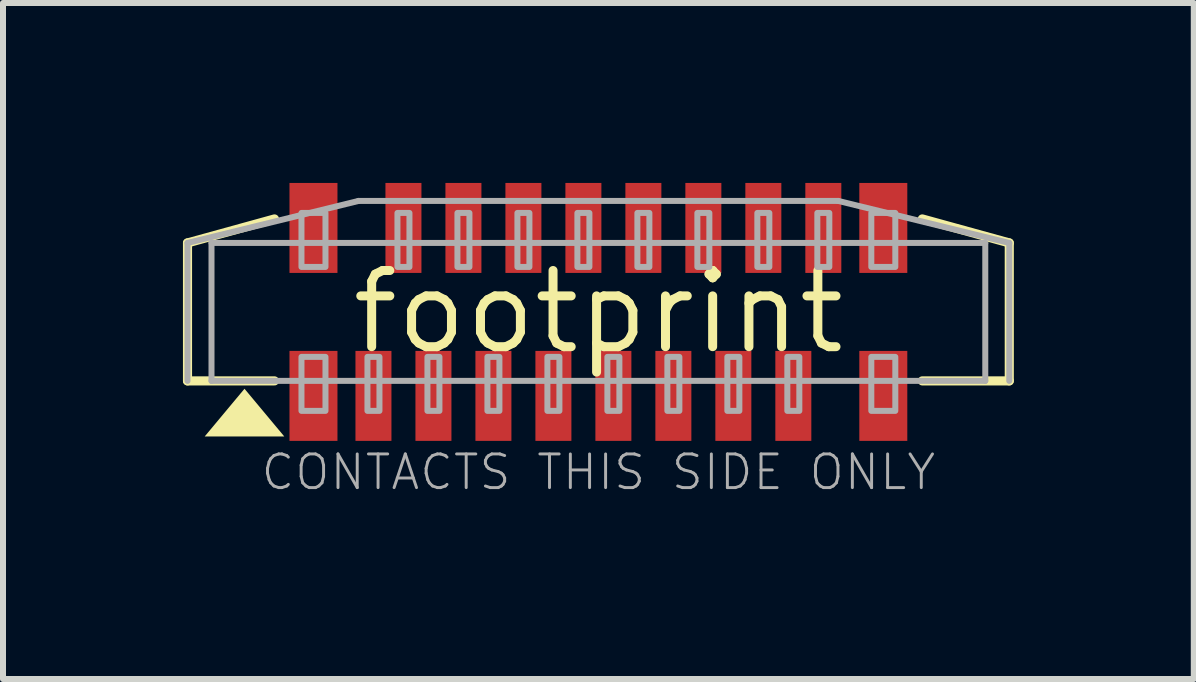
<source format=kicad_pcb>
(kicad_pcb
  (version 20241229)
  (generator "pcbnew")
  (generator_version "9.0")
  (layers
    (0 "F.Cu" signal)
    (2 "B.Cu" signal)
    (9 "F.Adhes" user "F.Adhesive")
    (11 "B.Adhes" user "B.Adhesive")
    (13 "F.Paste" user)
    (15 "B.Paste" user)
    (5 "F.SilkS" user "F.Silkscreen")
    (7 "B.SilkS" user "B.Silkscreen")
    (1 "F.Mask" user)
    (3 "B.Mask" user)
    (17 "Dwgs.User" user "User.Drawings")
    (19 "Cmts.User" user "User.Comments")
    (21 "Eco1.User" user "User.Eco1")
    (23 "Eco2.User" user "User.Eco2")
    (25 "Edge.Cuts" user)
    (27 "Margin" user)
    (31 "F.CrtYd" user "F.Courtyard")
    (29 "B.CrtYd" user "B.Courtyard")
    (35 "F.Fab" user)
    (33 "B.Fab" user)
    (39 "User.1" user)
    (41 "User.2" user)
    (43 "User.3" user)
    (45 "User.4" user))
  (footprint "footprint"
    (layer "F.Cu")
    (at 6.926 2.15)
    (property "Reference" "footprint" (at 0 0 0) (layer "F.SilkS") (effects (font (size 1.27 1.27) (thickness 0.15))))
    (fp_line (start -6.85 -1.15) (end -6.85 1.15) (stroke (width 0.152) (type solid)) (layer "F.SilkS"))
    (fp_line (start -6.85 -1.15) (end -5.4 -1.55) (stroke (width 0.152) (type solid)) (layer "F.SilkS"))
    (fp_line (start -6.85 1.15) (end -5.4 1.15) (stroke (width 0.152) (type solid)) (layer "F.SilkS"))
    (fp_line (start 5.4 1.15) (end 6.85 1.15) (stroke (width 0.152) (type solid)) (layer "F.SilkS"))
    (fp_line (start 6.85 -1.15) (end 5.4 -1.55) (stroke (width 0.152) (type solid)) (layer "F.SilkS"))
    (fp_line (start 6.85 -1.15) (end 6.85 1.15) (stroke (width 0.152) (type solid)) (layer "F.SilkS"))
    (fp_poly (pts (xy -5.237 2.076) (xy -6.563 2.076) (xy -5.9 1.281)) (stroke (width 0) (type solid)) (fill yes) (layer "F.SilkS"))
    (fp_poly (pts (xy -3.95 1.85) (xy -3.55 1.85) (xy -3.55 0.75) (xy -3.95 0.75)) (stroke (width 0) (type solid)) (fill yes) (layer "F.Paste"))
    (fp_poly (pts (xy -3.45 -0.75) (xy -3.05 -0.75) (xy -3.05 -1.85) (xy -3.45 -1.85)) (stroke (width 0) (type solid)) (fill yes) (layer "F.Paste"))
    (fp_poly (pts (xy -2.95 1.85) (xy -2.55 1.85) (xy -2.55 0.75) (xy -2.95 0.75)) (stroke (width 0) (type solid)) (fill yes) (layer "F.Paste"))
    (fp_poly (pts (xy -2.45 -0.75) (xy -2.05 -0.75) (xy -2.05 -1.85) (xy -2.45 -1.85)) (stroke (width 0) (type solid)) (fill yes) (layer "F.Paste"))
    (fp_poly (pts (xy -1.95 1.85) (xy -1.55 1.85) (xy -1.55 0.75) (xy -1.95 0.75)) (stroke (width 0) (type solid)) (fill yes) (layer "F.Paste"))
    (fp_poly (pts (xy -1.45 -0.75) (xy -1.05 -0.75) (xy -1.05 -1.85) (xy -1.45 -1.85)) (stroke (width 0) (type solid)) (fill yes) (layer "F.Paste"))
    (fp_poly (pts (xy -0.95 1.85) (xy -0.55 1.85) (xy -0.55 0.75) (xy -0.95 0.75)) (stroke (width 0) (type solid)) (fill yes) (layer "F.Paste"))
    (fp_poly (pts (xy -0.45 -0.75) (xy -0.05 -0.75) (xy -0.05 -1.85) (xy -0.45 -1.85)) (stroke (width 0) (type solid)) (fill yes) (layer "F.Paste"))
    (fp_poly (pts (xy 0.05 1.85) (xy 0.45 1.85) (xy 0.45 0.75) (xy 0.05 0.75)) (stroke (width 0) (type solid)) (fill yes) (layer "F.Paste"))
    (fp_poly (pts (xy 0.55 -0.75) (xy 0.95 -0.75) (xy 0.95 -1.85) (xy 0.55 -1.85)) (stroke (width 0) (type solid)) (fill yes) (layer "F.Paste"))
    (fp_poly (pts (xy 1.05 1.85) (xy 1.45 1.85) (xy 1.45 0.75) (xy 1.05 0.75)) (stroke (width 0) (type solid)) (fill yes) (layer "F.Paste"))
    (fp_poly (pts (xy 1.55 -0.75) (xy 1.95 -0.75) (xy 1.95 -1.85) (xy 1.55 -1.85)) (stroke (width 0) (type solid)) (fill yes) (layer "F.Paste"))
    (fp_poly (pts (xy 2.05 1.85) (xy 2.45 1.85) (xy 2.45 0.75) (xy 2.05 0.75)) (stroke (width 0) (type solid)) (fill yes) (layer "F.Paste"))
    (fp_poly (pts (xy 2.55 -0.75) (xy 2.95 -0.75) (xy 2.95 -1.85) (xy 2.55 -1.85)) (stroke (width 0) (type solid)) (fill yes) (layer "F.Paste"))
    (fp_poly (pts (xy 3.05 1.85) (xy 3.45 1.85) (xy 3.45 0.75) (xy 3.05 0.75)) (stroke (width 0) (type solid)) (fill yes) (layer "F.Paste"))
    (fp_poly (pts (xy 3.55 -0.75) (xy 3.95 -0.75) (xy 3.95 -1.85) (xy 3.55 -1.85)) (stroke (width 0) (type solid)) (fill yes) (layer "F.Paste"))
    (fp_line (start -6.85 -1.15) (end -6.85 1.15) (stroke (width 0.1) (type solid)) (layer "F.Fab"))
    (fp_line (start -6.45 -1.15) (end -6.45 1.15) (stroke (width 0.1) (type solid)) (layer "F.Fab"))
    (fp_line (start -4 -1.85) (end -6.85 -1.15) (stroke (width 0.1) (type solid)) (layer "F.Fab"))
    (fp_line (start 4 -1.85) (end -4 -1.85) (stroke (width 0.1) (type solid)) (layer "F.Fab"))
    (fp_line (start 4 -1.85) (end 6.85 -1.15) (stroke (width 0.1) (type solid)) (layer "F.Fab"))
    (fp_line (start 6.45 -1.15) (end -6.45 -1.15) (stroke (width 0.1) (type solid)) (layer "F.Fab"))
    (fp_line (start 6.45 -1.15) (end 6.45 1.15) (stroke (width 0.1) (type solid)) (layer "F.Fab"))
    (fp_line (start 6.45 1.15) (end -6.45 1.15) (stroke (width 0.1) (type solid)) (layer "F.Fab"))
    (fp_line (start 6.85 -1.15) (end 6.85 1.15) (stroke (width 0.1) (type solid)) (layer "F.Fab"))
    (fp_poly (pts (xy -4.95 -0.75) (xy -4.55 -0.75) (xy -4.55 -1.65) (xy -4.95 -1.65)) (stroke (width 0.1) (type solid)) (fill no) (layer "F.Fab"))
    (fp_poly (pts (xy -4.95 1.65) (xy -4.55 1.65) (xy -4.55 0.75) (xy -4.95 0.75)) (stroke (width 0.1) (type solid)) (fill no) (layer "F.Fab"))
    (fp_poly (pts (xy -3.85 1.65) (xy -3.65 1.65) (xy -3.65 0.75) (xy -3.85 0.75)) (stroke (width 0.1) (type solid)) (fill no) (layer "F.Fab"))
    (fp_poly (pts (xy -3.35 -0.75) (xy -3.15 -0.75) (xy -3.15 -1.65) (xy -3.35 -1.65)) (stroke (width 0.1) (type solid)) (fill no) (layer "F.Fab"))
    (fp_poly (pts (xy -2.85 1.65) (xy -2.65 1.65) (xy -2.65 0.75) (xy -2.85 0.75)) (stroke (width 0.1) (type solid)) (fill no) (layer "F.Fab"))
    (fp_poly (pts (xy -2.35 -0.75) (xy -2.15 -0.75) (xy -2.15 -1.65) (xy -2.35 -1.65)) (stroke (width 0.1) (type solid)) (fill no) (layer "F.Fab"))
    (fp_poly (pts (xy -1.85 1.65) (xy -1.65 1.65) (xy -1.65 0.75) (xy -1.85 0.75)) (stroke (width 0.1) (type solid)) (fill no) (layer "F.Fab"))
    (fp_poly (pts (xy -1.35 -0.75) (xy -1.15 -0.75) (xy -1.15 -1.65) (xy -1.35 -1.65)) (stroke (width 0.1) (type solid)) (fill no) (layer "F.Fab"))
    (fp_poly (pts (xy -0.85 1.65) (xy -0.65 1.65) (xy -0.65 0.75) (xy -0.85 0.75)) (stroke (width 0.1) (type solid)) (fill no) (layer "F.Fab"))
    (fp_poly (pts (xy -0.35 -0.75) (xy -0.15 -0.75) (xy -0.15 -1.65) (xy -0.35 -1.65)) (stroke (width 0.1) (type solid)) (fill no) (layer "F.Fab"))
    (fp_poly (pts (xy 0.15 1.65) (xy 0.35 1.65) (xy 0.35 0.75) (xy 0.15 0.75)) (stroke (width 0.1) (type solid)) (fill no) (layer "F.Fab"))
    (fp_poly (pts (xy 0.65 -0.75) (xy 0.85 -0.75) (xy 0.85 -1.65) (xy 0.65 -1.65)) (stroke (width 0.1) (type solid)) (fill no) (layer "F.Fab"))
    (fp_poly (pts (xy 1.15 1.65) (xy 1.35 1.65) (xy 1.35 0.75) (xy 1.15 0.75)) (stroke (width 0.1) (type solid)) (fill no) (layer "F.Fab"))
    (fp_poly (pts (xy 1.65 -0.75) (xy 1.85 -0.75) (xy 1.85 -1.65) (xy 1.65 -1.65)) (stroke (width 0.1) (type solid)) (fill no) (layer "F.Fab"))
    (fp_poly (pts (xy 2.15 1.65) (xy 2.35 1.65) (xy 2.35 0.75) (xy 2.15 0.75)) (stroke (width 0.1) (type solid)) (fill no) (layer "F.Fab"))
    (fp_poly (pts (xy 2.65 -0.75) (xy 2.85 -0.75) (xy 2.85 -1.65) (xy 2.65 -1.65)) (stroke (width 0.1) (type solid)) (fill no) (layer "F.Fab"))
    (fp_poly (pts (xy 3.15 1.65) (xy 3.35 1.65) (xy 3.35 0.75) (xy 3.15 0.75)) (stroke (width 0.1) (type solid)) (fill no) (layer "F.Fab"))
    (fp_poly (pts (xy 3.65 -0.75) (xy 3.85 -0.75) (xy 3.85 -1.65) (xy 3.65 -1.65)) (stroke (width 0.1) (type solid)) (fill no) (layer "F.Fab"))
    (fp_poly (pts (xy 4.55 -0.75) (xy 4.95 -0.75) (xy 4.95 -1.65) (xy 4.55 -1.65)) (stroke (width 0.1) (type solid)) (fill no) (layer "F.Fab"))
    (fp_poly (pts (xy 4.55 1.65) (xy 4.95 1.65) (xy 4.95 0.75) (xy 4.55 0.75)) (stroke (width 0.1) (type solid)) (fill no) (layer "F.Fab"))
    (fp_text user "CONTACTS THIS SIDE ONLY" (at 0 3 0) (layer "F.Fab") (effects (font (size 0.561 0.561) (thickness 0.049)) (justify bottom)))
    (pad "1" smd rect (at -3.75 1.4) (size 0.6 1.5) (layers "F.Cu" "F.Mask"))
    (pad "2" smd rect (at -3.25 -1.4) (size 0.6 1.5) (layers "F.Cu" "F.Mask"))
    (pad "3" smd rect (at -2.75 1.4) (size 0.6 1.5) (layers "F.Cu" "F.Mask"))
    (pad "4" smd rect (at -2.25 -1.4) (size 0.6 1.5) (layers "F.Cu" "F.Mask"))
    (pad "5" smd rect (at -1.75 1.4) (size 0.6 1.5) (layers "F.Cu" "F.Mask"))
    (pad "6" smd rect (at -1.25 -1.4) (size 0.6 1.5) (layers "F.Cu" "F.Mask"))
    (pad "7" smd rect (at -0.75 1.4) (size 0.6 1.5) (layers "F.Cu" "F.Mask"))
    (pad "8" smd rect (at -0.25 -1.4) (size 0.6 1.5) (layers "F.Cu" "F.Mask"))
    (pad "9" smd rect (at 0.25 1.4) (size 0.6 1.5) (layers "F.Cu" "F.Mask"))
    (pad "10" smd rect (at 0.75 -1.4) (size 0.6 1.5) (layers "F.Cu" "F.Mask"))
    (pad "11" smd rect (at 1.25 1.4) (size 0.6 1.5) (layers "F.Cu" "F.Mask"))
    (pad "12" smd rect (at 1.75 -1.4) (size 0.6 1.5) (layers "F.Cu" "F.Mask"))
    (pad "13" smd rect (at 2.25 1.4) (size 0.6 1.5) (layers "F.Cu" "F.Mask"))
    (pad "14" smd rect (at 2.75 -1.4) (size 0.6 1.5) (layers "F.Cu" "F.Mask"))
    (pad "15" smd rect (at 3.25 1.4) (size 0.6 1.5) (layers "F.Cu" "F.Mask"))
    (pad "16" smd rect (at 3.75 -1.4) (size 0.6 1.5) (layers "F.Cu" "F.Mask"))
    (pad "MP1" smd rect (at -4.75 1.4) (size 0.8 1.5) (layers "F.Cu" "F.Mask" "F.Paste"))
    (pad "MP2" smd rect (at 4.75 1.4) (size 0.8 1.5) (layers "F.Cu" "F.Mask" "F.Paste"))
    (pad "MP3" smd rect (at -4.75 -1.4) (size 0.8 1.5) (layers "F.Cu" "F.Mask" "F.Paste"))
    (pad "MP4" smd rect (at 4.75 -1.4) (size 0.8 1.5) (layers "F.Cu" "F.Mask" "F.Paste")))
  (gr_rect
    (start -3 -3)
    (end 16.852 8.27)
    (stroke (width 0.1) (type default))
    (fill no)
    (layer "Edge.Cuts")))
</source>
